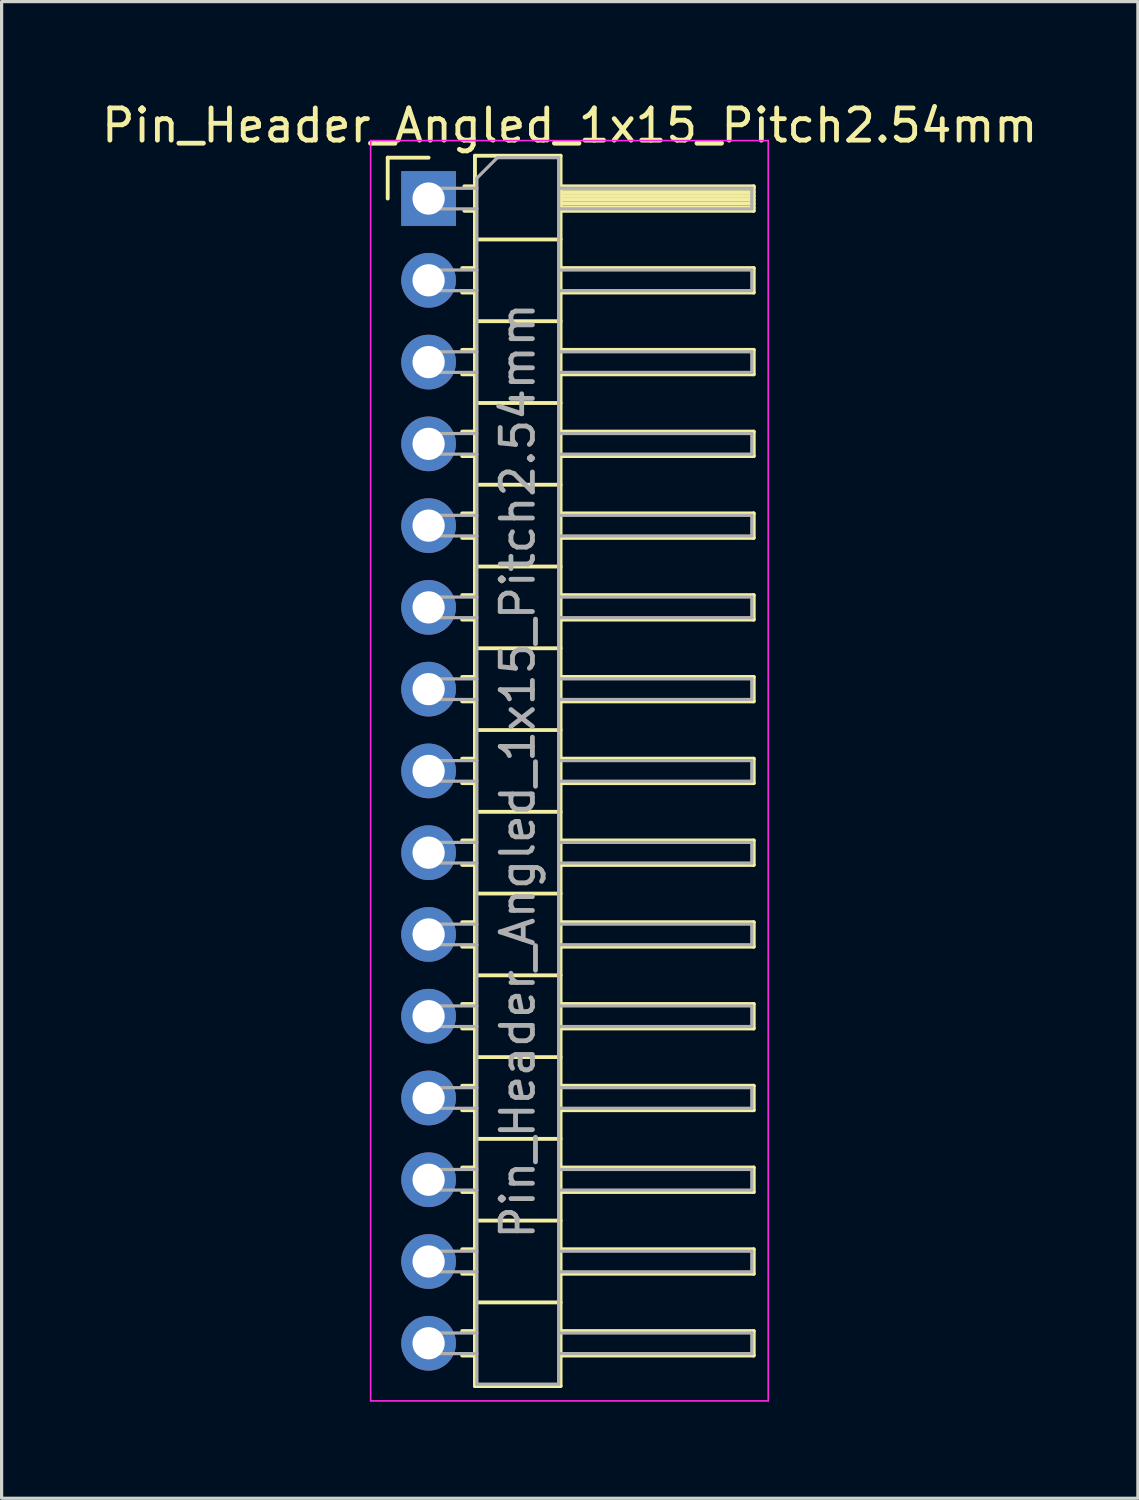
<source format=kicad_pcb>
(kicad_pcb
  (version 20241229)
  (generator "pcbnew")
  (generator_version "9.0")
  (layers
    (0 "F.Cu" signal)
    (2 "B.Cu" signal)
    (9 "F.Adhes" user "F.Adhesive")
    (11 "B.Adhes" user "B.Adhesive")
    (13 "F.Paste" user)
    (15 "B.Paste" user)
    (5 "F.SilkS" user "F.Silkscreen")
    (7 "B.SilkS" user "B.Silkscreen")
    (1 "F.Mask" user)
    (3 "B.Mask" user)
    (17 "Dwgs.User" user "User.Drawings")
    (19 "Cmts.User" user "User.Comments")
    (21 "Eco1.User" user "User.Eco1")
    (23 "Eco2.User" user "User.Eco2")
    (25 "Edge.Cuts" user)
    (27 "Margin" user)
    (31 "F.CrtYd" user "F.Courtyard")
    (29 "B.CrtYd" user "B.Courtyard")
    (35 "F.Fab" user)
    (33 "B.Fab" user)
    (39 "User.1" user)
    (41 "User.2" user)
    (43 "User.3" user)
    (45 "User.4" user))
  (footprint "Pin_Header_Angled_1x15_Pitch2.54mm"
    (layer "F.Cu")
    (at 10.264 3.118)
    (property "Reference" "Pin_Header_Angled_1x15_Pitch2.54mm" (at 4.385 -2.27 0) (layer "F.SilkS") (effects (font (size 1 1) (thickness 0.15))))
    (attr through_hole)
    (fp_line (start -1.27 -1.27) (end 0 -1.27) (stroke (width 0.12) (type solid)) (layer "F.SilkS"))
    (fp_line (start -1.27 0) (end -1.27 -1.27) (stroke (width 0.12) (type solid)) (layer "F.SilkS"))
    (fp_line (start 1.043 2.16) (end 1.44 2.16) (stroke (width 0.12) (type solid)) (layer "F.SilkS"))
    (fp_line (start 1.043 2.92) (end 1.44 2.92) (stroke (width 0.12) (type solid)) (layer "F.SilkS"))
    (fp_line (start 1.043 4.7) (end 1.44 4.7) (stroke (width 0.12) (type solid)) (layer "F.SilkS"))
    (fp_line (start 1.043 5.46) (end 1.44 5.46) (stroke (width 0.12) (type solid)) (layer "F.SilkS"))
    (fp_line (start 1.043 7.24) (end 1.44 7.24) (stroke (width 0.12) (type solid)) (layer "F.SilkS"))
    (fp_line (start 1.043 8) (end 1.44 8) (stroke (width 0.12) (type solid)) (layer "F.SilkS"))
    (fp_line (start 1.043 9.78) (end 1.44 9.78) (stroke (width 0.12) (type solid)) (layer "F.SilkS"))
    (fp_line (start 1.043 10.54) (end 1.44 10.54) (stroke (width 0.12) (type solid)) (layer "F.SilkS"))
    (fp_line (start 1.043 12.32) (end 1.44 12.32) (stroke (width 0.12) (type solid)) (layer "F.SilkS"))
    (fp_line (start 1.043 13.08) (end 1.44 13.08) (stroke (width 0.12) (type solid)) (layer "F.SilkS"))
    (fp_line (start 1.043 14.86) (end 1.44 14.86) (stroke (width 0.12) (type solid)) (layer "F.SilkS"))
    (fp_line (start 1.043 15.62) (end 1.44 15.62) (stroke (width 0.12) (type solid)) (layer "F.SilkS"))
    (fp_line (start 1.043 17.4) (end 1.44 17.4) (stroke (width 0.12) (type solid)) (layer "F.SilkS"))
    (fp_line (start 1.043 18.16) (end 1.44 18.16) (stroke (width 0.12) (type solid)) (layer "F.SilkS"))
    (fp_line (start 1.043 19.94) (end 1.44 19.94) (stroke (width 0.12) (type solid)) (layer "F.SilkS"))
    (fp_line (start 1.043 20.7) (end 1.44 20.7) (stroke (width 0.12) (type solid)) (layer "F.SilkS"))
    (fp_line (start 1.043 22.48) (end 1.44 22.48) (stroke (width 0.12) (type solid)) (layer "F.SilkS"))
    (fp_line (start 1.043 23.24) (end 1.44 23.24) (stroke (width 0.12) (type solid)) (layer "F.SilkS"))
    (fp_line (start 1.043 25.02) (end 1.44 25.02) (stroke (width 0.12) (type solid)) (layer "F.SilkS"))
    (fp_line (start 1.043 25.78) (end 1.44 25.78) (stroke (width 0.12) (type solid)) (layer "F.SilkS"))
    (fp_line (start 1.043 27.56) (end 1.44 27.56) (stroke (width 0.12) (type solid)) (layer "F.SilkS"))
    (fp_line (start 1.043 28.32) (end 1.44 28.32) (stroke (width 0.12) (type solid)) (layer "F.SilkS"))
    (fp_line (start 1.043 30.1) (end 1.44 30.1) (stroke (width 0.12) (type solid)) (layer "F.SilkS"))
    (fp_line (start 1.043 30.86) (end 1.44 30.86) (stroke (width 0.12) (type solid)) (layer "F.SilkS"))
    (fp_line (start 1.043 32.64) (end 1.44 32.64) (stroke (width 0.12) (type solid)) (layer "F.SilkS"))
    (fp_line (start 1.043 33.4) (end 1.44 33.4) (stroke (width 0.12) (type solid)) (layer "F.SilkS"))
    (fp_line (start 1.043 35.18) (end 1.44 35.18) (stroke (width 0.12) (type solid)) (layer "F.SilkS"))
    (fp_line (start 1.043 35.94) (end 1.44 35.94) (stroke (width 0.12) (type solid)) (layer "F.SilkS"))
    (fp_line (start 1.11 -0.38) (end 1.44 -0.38) (stroke (width 0.12) (type solid)) (layer "F.SilkS"))
    (fp_line (start 1.11 0.38) (end 1.44 0.38) (stroke (width 0.12) (type solid)) (layer "F.SilkS"))
    (fp_line (start 1.44 -1.33) (end 1.44 36.89) (stroke (width 0.12) (type solid)) (layer "F.SilkS"))
    (fp_line (start 1.44 1.27) (end 4.1 1.27) (stroke (width 0.12) (type solid)) (layer "F.SilkS"))
    (fp_line (start 1.44 3.81) (end 4.1 3.81) (stroke (width 0.12) (type solid)) (layer "F.SilkS"))
    (fp_line (start 1.44 6.35) (end 4.1 6.35) (stroke (width 0.12) (type solid)) (layer "F.SilkS"))
    (fp_line (start 1.44 8.89) (end 4.1 8.89) (stroke (width 0.12) (type solid)) (layer "F.SilkS"))
    (fp_line (start 1.44 11.43) (end 4.1 11.43) (stroke (width 0.12) (type solid)) (layer "F.SilkS"))
    (fp_line (start 1.44 13.97) (end 4.1 13.97) (stroke (width 0.12) (type solid)) (layer "F.SilkS"))
    (fp_line (start 1.44 16.51) (end 4.1 16.51) (stroke (width 0.12) (type solid)) (layer "F.SilkS"))
    (fp_line (start 1.44 19.05) (end 4.1 19.05) (stroke (width 0.12) (type solid)) (layer "F.SilkS"))
    (fp_line (start 1.44 21.59) (end 4.1 21.59) (stroke (width 0.12) (type solid)) (layer "F.SilkS"))
    (fp_line (start 1.44 24.13) (end 4.1 24.13) (stroke (width 0.12) (type solid)) (layer "F.SilkS"))
    (fp_line (start 1.44 26.67) (end 4.1 26.67) (stroke (width 0.12) (type solid)) (layer "F.SilkS"))
    (fp_line (start 1.44 29.21) (end 4.1 29.21) (stroke (width 0.12) (type solid)) (layer "F.SilkS"))
    (fp_line (start 1.44 31.75) (end 4.1 31.75) (stroke (width 0.12) (type solid)) (layer "F.SilkS"))
    (fp_line (start 1.44 34.29) (end 4.1 34.29) (stroke (width 0.12) (type solid)) (layer "F.SilkS"))
    (fp_line (start 1.44 36.89) (end 4.1 36.89) (stroke (width 0.12) (type solid)) (layer "F.SilkS"))
    (fp_line (start 4.1 -1.33) (end 1.44 -1.33) (stroke (width 0.12) (type solid)) (layer "F.SilkS"))
    (fp_line (start 4.1 -0.38) (end 10.1 -0.38) (stroke (width 0.12) (type solid)) (layer "F.SilkS"))
    (fp_line (start 4.1 -0.32) (end 10.1 -0.32) (stroke (width 0.12) (type solid)) (layer "F.SilkS"))
    (fp_line (start 4.1 -0.2) (end 10.1 -0.2) (stroke (width 0.12) (type solid)) (layer "F.SilkS"))
    (fp_line (start 4.1 -0.08) (end 10.1 -0.08) (stroke (width 0.12) (type solid)) (layer "F.SilkS"))
    (fp_line (start 4.1 0.04) (end 10.1 0.04) (stroke (width 0.12) (type solid)) (layer "F.SilkS"))
    (fp_line (start 4.1 0.16) (end 10.1 0.16) (stroke (width 0.12) (type solid)) (layer "F.SilkS"))
    (fp_line (start 4.1 0.28) (end 10.1 0.28) (stroke (width 0.12) (type solid)) (layer "F.SilkS"))
    (fp_line (start 4.1 2.16) (end 10.1 2.16) (stroke (width 0.12) (type solid)) (layer "F.SilkS"))
    (fp_line (start 4.1 4.7) (end 10.1 4.7) (stroke (width 0.12) (type solid)) (layer "F.SilkS"))
    (fp_line (start 4.1 7.24) (end 10.1 7.24) (stroke (width 0.12) (type solid)) (layer "F.SilkS"))
    (fp_line (start 4.1 9.78) (end 10.1 9.78) (stroke (width 0.12) (type solid)) (layer "F.SilkS"))
    (fp_line (start 4.1 12.32) (end 10.1 12.32) (stroke (width 0.12) (type solid)) (layer "F.SilkS"))
    (fp_line (start 4.1 14.86) (end 10.1 14.86) (stroke (width 0.12) (type solid)) (layer "F.SilkS"))
    (fp_line (start 4.1 17.4) (end 10.1 17.4) (stroke (width 0.12) (type solid)) (layer "F.SilkS"))
    (fp_line (start 4.1 19.94) (end 10.1 19.94) (stroke (width 0.12) (type solid)) (layer "F.SilkS"))
    (fp_line (start 4.1 22.48) (end 10.1 22.48) (stroke (width 0.12) (type solid)) (layer "F.SilkS"))
    (fp_line (start 4.1 25.02) (end 10.1 25.02) (stroke (width 0.12) (type solid)) (layer "F.SilkS"))
    (fp_line (start 4.1 27.56) (end 10.1 27.56) (stroke (width 0.12) (type solid)) (layer "F.SilkS"))
    (fp_line (start 4.1 30.1) (end 10.1 30.1) (stroke (width 0.12) (type solid)) (layer "F.SilkS"))
    (fp_line (start 4.1 32.64) (end 10.1 32.64) (stroke (width 0.12) (type solid)) (layer "F.SilkS"))
    (fp_line (start 4.1 35.18) (end 10.1 35.18) (stroke (width 0.12) (type solid)) (layer "F.SilkS"))
    (fp_line (start 4.1 36.89) (end 4.1 -1.33) (stroke (width 0.12) (type solid)) (layer "F.SilkS"))
    (fp_line (start 10.1 -0.38) (end 10.1 0.38) (stroke (width 0.12) (type solid)) (layer "F.SilkS"))
    (fp_line (start 10.1 0.38) (end 4.1 0.38) (stroke (width 0.12) (type solid)) (layer "F.SilkS"))
    (fp_line (start 10.1 2.16) (end 10.1 2.92) (stroke (width 0.12) (type solid)) (layer "F.SilkS"))
    (fp_line (start 10.1 2.92) (end 4.1 2.92) (stroke (width 0.12) (type solid)) (layer "F.SilkS"))
    (fp_line (start 10.1 4.7) (end 10.1 5.46) (stroke (width 0.12) (type solid)) (layer "F.SilkS"))
    (fp_line (start 10.1 5.46) (end 4.1 5.46) (stroke (width 0.12) (type solid)) (layer "F.SilkS"))
    (fp_line (start 10.1 7.24) (end 10.1 8) (stroke (width 0.12) (type solid)) (layer "F.SilkS"))
    (fp_line (start 10.1 8) (end 4.1 8) (stroke (width 0.12) (type solid)) (layer "F.SilkS"))
    (fp_line (start 10.1 9.78) (end 10.1 10.54) (stroke (width 0.12) (type solid)) (layer "F.SilkS"))
    (fp_line (start 10.1 10.54) (end 4.1 10.54) (stroke (width 0.12) (type solid)) (layer "F.SilkS"))
    (fp_line (start 10.1 12.32) (end 10.1 13.08) (stroke (width 0.12) (type solid)) (layer "F.SilkS"))
    (fp_line (start 10.1 13.08) (end 4.1 13.08) (stroke (width 0.12) (type solid)) (layer "F.SilkS"))
    (fp_line (start 10.1 14.86) (end 10.1 15.62) (stroke (width 0.12) (type solid)) (layer "F.SilkS"))
    (fp_line (start 10.1 15.62) (end 4.1 15.62) (stroke (width 0.12) (type solid)) (layer "F.SilkS"))
    (fp_line (start 10.1 17.4) (end 10.1 18.16) (stroke (width 0.12) (type solid)) (layer "F.SilkS"))
    (fp_line (start 10.1 18.16) (end 4.1 18.16) (stroke (width 0.12) (type solid)) (layer "F.SilkS"))
    (fp_line (start 10.1 19.94) (end 10.1 20.7) (stroke (width 0.12) (type solid)) (layer "F.SilkS"))
    (fp_line (start 10.1 20.7) (end 4.1 20.7) (stroke (width 0.12) (type solid)) (layer "F.SilkS"))
    (fp_line (start 10.1 22.48) (end 10.1 23.24) (stroke (width 0.12) (type solid)) (layer "F.SilkS"))
    (fp_line (start 10.1 23.24) (end 4.1 23.24) (stroke (width 0.12) (type solid)) (layer "F.SilkS"))
    (fp_line (start 10.1 25.02) (end 10.1 25.78) (stroke (width 0.12) (type solid)) (layer "F.SilkS"))
    (fp_line (start 10.1 25.78) (end 4.1 25.78) (stroke (width 0.12) (type solid)) (layer "F.SilkS"))
    (fp_line (start 10.1 27.56) (end 10.1 28.32) (stroke (width 0.12) (type solid)) (layer "F.SilkS"))
    (fp_line (start 10.1 28.32) (end 4.1 28.32) (stroke (width 0.12) (type solid)) (layer "F.SilkS"))
    (fp_line (start 10.1 30.1) (end 10.1 30.86) (stroke (width 0.12) (type solid)) (layer "F.SilkS"))
    (fp_line (start 10.1 30.86) (end 4.1 30.86) (stroke (width 0.12) (type solid)) (layer "F.SilkS"))
    (fp_line (start 10.1 32.64) (end 10.1 33.4) (stroke (width 0.12) (type solid)) (layer "F.SilkS"))
    (fp_line (start 10.1 33.4) (end 4.1 33.4) (stroke (width 0.12) (type solid)) (layer "F.SilkS"))
    (fp_line (start 10.1 35.18) (end 10.1 35.94) (stroke (width 0.12) (type solid)) (layer "F.SilkS"))
    (fp_line (start 10.1 35.94) (end 4.1 35.94) (stroke (width 0.12) (type solid)) (layer "F.SilkS"))
    (fp_line (start -1.8 -1.8) (end -1.8 37.35) (stroke (width 0.05) (type solid)) (layer "F.CrtYd"))
    (fp_line (start -1.8 37.35) (end 10.55 37.35) (stroke (width 0.05) (type solid)) (layer "F.CrtYd"))
    (fp_line (start 10.55 -1.8) (end -1.8 -1.8) (stroke (width 0.05) (type solid)) (layer "F.CrtYd"))
    (fp_line (start 10.55 37.35) (end 10.55 -1.8) (stroke (width 0.05) (type solid)) (layer "F.CrtYd"))
    (fp_line (start -0.32 -0.32) (end -0.32 0.32) (stroke (width 0.1) (type solid)) (layer "F.Fab"))
    (fp_line (start -0.32 -0.32) (end 1.5 -0.32) (stroke (width 0.1) (type solid)) (layer "F.Fab"))
    (fp_line (start -0.32 0.32) (end 1.5 0.32) (stroke (width 0.1) (type solid)) (layer "F.Fab"))
    (fp_line (start -0.32 2.22) (end -0.32 2.86) (stroke (width 0.1) (type solid)) (layer "F.Fab"))
    (fp_line (start -0.32 2.22) (end 1.5 2.22) (stroke (width 0.1) (type solid)) (layer "F.Fab"))
    (fp_line (start -0.32 2.86) (end 1.5 2.86) (stroke (width 0.1) (type solid)) (layer "F.Fab"))
    (fp_line (start -0.32 4.76) (end -0.32 5.4) (stroke (width 0.1) (type solid)) (layer "F.Fab"))
    (fp_line (start -0.32 4.76) (end 1.5 4.76) (stroke (width 0.1) (type solid)) (layer "F.Fab"))
    (fp_line (start -0.32 5.4) (end 1.5 5.4) (stroke (width 0.1) (type solid)) (layer "F.Fab"))
    (fp_line (start -0.32 7.3) (end -0.32 7.94) (stroke (width 0.1) (type solid)) (layer "F.Fab"))
    (fp_line (start -0.32 7.3) (end 1.5 7.3) (stroke (width 0.1) (type solid)) (layer "F.Fab"))
    (fp_line (start -0.32 7.94) (end 1.5 7.94) (stroke (width 0.1) (type solid)) (layer "F.Fab"))
    (fp_line (start -0.32 9.84) (end -0.32 10.48) (stroke (width 0.1) (type solid)) (layer "F.Fab"))
    (fp_line (start -0.32 9.84) (end 1.5 9.84) (stroke (width 0.1) (type solid)) (layer "F.Fab"))
    (fp_line (start -0.32 10.48) (end 1.5 10.48) (stroke (width 0.1) (type solid)) (layer "F.Fab"))
    (fp_line (start -0.32 12.38) (end -0.32 13.02) (stroke (width 0.1) (type solid)) (layer "F.Fab"))
    (fp_line (start -0.32 12.38) (end 1.5 12.38) (stroke (width 0.1) (type solid)) (layer "F.Fab"))
    (fp_line (start -0.32 13.02) (end 1.5 13.02) (stroke (width 0.1) (type solid)) (layer "F.Fab"))
    (fp_line (start -0.32 14.92) (end -0.32 15.56) (stroke (width 0.1) (type solid)) (layer "F.Fab"))
    (fp_line (start -0.32 14.92) (end 1.5 14.92) (stroke (width 0.1) (type solid)) (layer "F.Fab"))
    (fp_line (start -0.32 15.56) (end 1.5 15.56) (stroke (width 0.1) (type solid)) (layer "F.Fab"))
    (fp_line (start -0.32 17.46) (end -0.32 18.1) (stroke (width 0.1) (type solid)) (layer "F.Fab"))
    (fp_line (start -0.32 17.46) (end 1.5 17.46) (stroke (width 0.1) (type solid)) (layer "F.Fab"))
    (fp_line (start -0.32 18.1) (end 1.5 18.1) (stroke (width 0.1) (type solid)) (layer "F.Fab"))
    (fp_line (start -0.32 20) (end -0.32 20.64) (stroke (width 0.1) (type solid)) (layer "F.Fab"))
    (fp_line (start -0.32 20) (end 1.5 20) (stroke (width 0.1) (type solid)) (layer "F.Fab"))
    (fp_line (start -0.32 20.64) (end 1.5 20.64) (stroke (width 0.1) (type solid)) (layer "F.Fab"))
    (fp_line (start -0.32 22.54) (end -0.32 23.18) (stroke (width 0.1) (type solid)) (layer "F.Fab"))
    (fp_line (start -0.32 22.54) (end 1.5 22.54) (stroke (width 0.1) (type solid)) (layer "F.Fab"))
    (fp_line (start -0.32 23.18) (end 1.5 23.18) (stroke (width 0.1) (type solid)) (layer "F.Fab"))
    (fp_line (start -0.32 25.08) (end -0.32 25.72) (stroke (width 0.1) (type solid)) (layer "F.Fab"))
    (fp_line (start -0.32 25.08) (end 1.5 25.08) (stroke (width 0.1) (type solid)) (layer "F.Fab"))
    (fp_line (start -0.32 25.72) (end 1.5 25.72) (stroke (width 0.1) (type solid)) (layer "F.Fab"))
    (fp_line (start -0.32 27.62) (end -0.32 28.26) (stroke (width 0.1) (type solid)) (layer "F.Fab"))
    (fp_line (start -0.32 27.62) (end 1.5 27.62) (stroke (width 0.1) (type solid)) (layer "F.Fab"))
    (fp_line (start -0.32 28.26) (end 1.5 28.26) (stroke (width 0.1) (type solid)) (layer "F.Fab"))
    (fp_line (start -0.32 30.16) (end -0.32 30.8) (stroke (width 0.1) (type solid)) (layer "F.Fab"))
    (fp_line (start -0.32 30.16) (end 1.5 30.16) (stroke (width 0.1) (type solid)) (layer "F.Fab"))
    (fp_line (start -0.32 30.8) (end 1.5 30.8) (stroke (width 0.1) (type solid)) (layer "F.Fab"))
    (fp_line (start -0.32 32.7) (end -0.32 33.34) (stroke (width 0.1) (type solid)) (layer "F.Fab"))
    (fp_line (start -0.32 32.7) (end 1.5 32.7) (stroke (width 0.1) (type solid)) (layer "F.Fab"))
    (fp_line (start -0.32 33.34) (end 1.5 33.34) (stroke (width 0.1) (type solid)) (layer "F.Fab"))
    (fp_line (start -0.32 35.24) (end -0.32 35.88) (stroke (width 0.1) (type solid)) (layer "F.Fab"))
    (fp_line (start -0.32 35.24) (end 1.5 35.24) (stroke (width 0.1) (type solid)) (layer "F.Fab"))
    (fp_line (start -0.32 35.88) (end 1.5 35.88) (stroke (width 0.1) (type solid)) (layer "F.Fab"))
    (fp_line (start 1.5 -0.635) (end 2.135 -1.27) (stroke (width 0.1) (type solid)) (layer "F.Fab"))
    (fp_line (start 1.5 36.83) (end 1.5 -0.635) (stroke (width 0.1) (type solid)) (layer "F.Fab"))
    (fp_line (start 2.135 -1.27) (end 4.04 -1.27) (stroke (width 0.1) (type solid)) (layer "F.Fab"))
    (fp_line (start 4.04 -1.27) (end 4.04 36.83) (stroke (width 0.1) (type solid)) (layer "F.Fab"))
    (fp_line (start 4.04 -0.32) (end 10.04 -0.32) (stroke (width 0.1) (type solid)) (layer "F.Fab"))
    (fp_line (start 4.04 0.32) (end 10.04 0.32) (stroke (width 0.1) (type solid)) (layer "F.Fab"))
    (fp_line (start 4.04 2.22) (end 10.04 2.22) (stroke (width 0.1) (type solid)) (layer "F.Fab"))
    (fp_line (start 4.04 2.86) (end 10.04 2.86) (stroke (width 0.1) (type solid)) (layer "F.Fab"))
    (fp_line (start 4.04 4.76) (end 10.04 4.76) (stroke (width 0.1) (type solid)) (layer "F.Fab"))
    (fp_line (start 4.04 5.4) (end 10.04 5.4) (stroke (width 0.1) (type solid)) (layer "F.Fab"))
    (fp_line (start 4.04 7.3) (end 10.04 7.3) (stroke (width 0.1) (type solid)) (layer "F.Fab"))
    (fp_line (start 4.04 7.94) (end 10.04 7.94) (stroke (width 0.1) (type solid)) (layer "F.Fab"))
    (fp_line (start 4.04 9.84) (end 10.04 9.84) (stroke (width 0.1) (type solid)) (layer "F.Fab"))
    (fp_line (start 4.04 10.48) (end 10.04 10.48) (stroke (width 0.1) (type solid)) (layer "F.Fab"))
    (fp_line (start 4.04 12.38) (end 10.04 12.38) (stroke (width 0.1) (type solid)) (layer "F.Fab"))
    (fp_line (start 4.04 13.02) (end 10.04 13.02) (stroke (width 0.1) (type solid)) (layer "F.Fab"))
    (fp_line (start 4.04 14.92) (end 10.04 14.92) (stroke (width 0.1) (type solid)) (layer "F.Fab"))
    (fp_line (start 4.04 15.56) (end 10.04 15.56) (stroke (width 0.1) (type solid)) (layer "F.Fab"))
    (fp_line (start 4.04 17.46) (end 10.04 17.46) (stroke (width 0.1) (type solid)) (layer "F.Fab"))
    (fp_line (start 4.04 18.1) (end 10.04 18.1) (stroke (width 0.1) (type solid)) (layer "F.Fab"))
    (fp_line (start 4.04 20) (end 10.04 20) (stroke (width 0.1) (type solid)) (layer "F.Fab"))
    (fp_line (start 4.04 20.64) (end 10.04 20.64) (stroke (width 0.1) (type solid)) (layer "F.Fab"))
    (fp_line (start 4.04 22.54) (end 10.04 22.54) (stroke (width 0.1) (type solid)) (layer "F.Fab"))
    (fp_line (start 4.04 23.18) (end 10.04 23.18) (stroke (width 0.1) (type solid)) (layer "F.Fab"))
    (fp_line (start 4.04 25.08) (end 10.04 25.08) (stroke (width 0.1) (type solid)) (layer "F.Fab"))
    (fp_line (start 4.04 25.72) (end 10.04 25.72) (stroke (width 0.1) (type solid)) (layer "F.Fab"))
    (fp_line (start 4.04 27.62) (end 10.04 27.62) (stroke (width 0.1) (type solid)) (layer "F.Fab"))
    (fp_line (start 4.04 28.26) (end 10.04 28.26) (stroke (width 0.1) (type solid)) (layer "F.Fab"))
    (fp_line (start 4.04 30.16) (end 10.04 30.16) (stroke (width 0.1) (type solid)) (layer "F.Fab"))
    (fp_line (start 4.04 30.8) (end 10.04 30.8) (stroke (width 0.1) (type solid)) (layer "F.Fab"))
    (fp_line (start 4.04 32.7) (end 10.04 32.7) (stroke (width 0.1) (type solid)) (layer "F.Fab"))
    (fp_line (start 4.04 33.34) (end 10.04 33.34) (stroke (width 0.1) (type solid)) (layer "F.Fab"))
    (fp_line (start 4.04 35.24) (end 10.04 35.24) (stroke (width 0.1) (type solid)) (layer "F.Fab"))
    (fp_line (start 4.04 35.88) (end 10.04 35.88) (stroke (width 0.1) (type solid)) (layer "F.Fab"))
    (fp_line (start 4.04 36.83) (end 1.5 36.83) (stroke (width 0.1) (type solid)) (layer "F.Fab"))
    (fp_line (start 10.04 -0.32) (end 10.04 0.32) (stroke (width 0.1) (type solid)) (layer "F.Fab"))
    (fp_line (start 10.04 2.22) (end 10.04 2.86) (stroke (width 0.1) (type solid)) (layer "F.Fab"))
    (fp_line (start 10.04 4.76) (end 10.04 5.4) (stroke (width 0.1) (type solid)) (layer "F.Fab"))
    (fp_line (start 10.04 7.3) (end 10.04 7.94) (stroke (width 0.1) (type solid)) (layer "F.Fab"))
    (fp_line (start 10.04 9.84) (end 10.04 10.48) (stroke (width 0.1) (type solid)) (layer "F.Fab"))
    (fp_line (start 10.04 12.38) (end 10.04 13.02) (stroke (width 0.1) (type solid)) (layer "F.Fab"))
    (fp_line (start 10.04 14.92) (end 10.04 15.56) (stroke (width 0.1) (type solid)) (layer "F.Fab"))
    (fp_line (start 10.04 17.46) (end 10.04 18.1) (stroke (width 0.1) (type solid)) (layer "F.Fab"))
    (fp_line (start 10.04 20) (end 10.04 20.64) (stroke (width 0.1) (type solid)) (layer "F.Fab"))
    (fp_line (start 10.04 22.54) (end 10.04 23.18) (stroke (width 0.1) (type solid)) (layer "F.Fab"))
    (fp_line (start 10.04 25.08) (end 10.04 25.72) (stroke (width 0.1) (type solid)) (layer "F.Fab"))
    (fp_line (start 10.04 27.62) (end 10.04 28.26) (stroke (width 0.1) (type solid)) (layer "F.Fab"))
    (fp_line (start 10.04 30.16) (end 10.04 30.8) (stroke (width 0.1) (type solid)) (layer "F.Fab"))
    (fp_line (start 10.04 32.7) (end 10.04 33.34) (stroke (width 0.1) (type solid)) (layer "F.Fab"))
    (fp_line (start 10.04 35.24) (end 10.04 35.88) (stroke (width 0.1) (type solid)) (layer "F.Fab"))
    (fp_text user "${REFERENCE}" (at 2.77 17.78 90) (layer "F.Fab") (effects (font (size 1 1) (thickness 0.15))))
    (pad "1" thru_hole rect (at 0 0) (size 1.7 1.7) (drill 1) (layers "*.Cu" "*.Mask"))
    (pad "2" thru_hole oval (at 0 2.54) (size 1.7 1.7) (drill 1) (layers "*.Cu" "*.Mask"))
    (pad "3" thru_hole oval (at 0 5.08) (size 1.7 1.7) (drill 1) (layers "*.Cu" "*.Mask"))
    (pad "4" thru_hole oval (at 0 7.62) (size 1.7 1.7) (drill 1) (layers "*.Cu" "*.Mask"))
    (pad "5" thru_hole oval (at 0 10.16) (size 1.7 1.7) (drill 1) (layers "*.Cu" "*.Mask"))
    (pad "6" thru_hole oval (at 0 12.7) (size 1.7 1.7) (drill 1) (layers "*.Cu" "*.Mask"))
    (pad "7" thru_hole oval (at 0 15.24) (size 1.7 1.7) (drill 1) (layers "*.Cu" "*.Mask"))
    (pad "8" thru_hole oval (at 0 17.78) (size 1.7 1.7) (drill 1) (layers "*.Cu" "*.Mask"))
    (pad "9" thru_hole oval (at 0 20.32) (size 1.7 1.7) (drill 1) (layers "*.Cu" "*.Mask"))
    (pad "10" thru_hole oval (at 0 22.86) (size 1.7 1.7) (drill 1) (layers "*.Cu" "*.Mask"))
    (pad "11" thru_hole oval (at 0 25.4) (size 1.7 1.7) (drill 1) (layers "*.Cu" "*.Mask"))
    (pad "12" thru_hole oval (at 0 27.94) (size 1.7 1.7) (drill 1) (layers "*.Cu" "*.Mask"))
    (pad "13" thru_hole oval (at 0 30.48) (size 1.7 1.7) (drill 1) (layers "*.Cu" "*.Mask"))
    (pad "14" thru_hole oval (at 0 33.02) (size 1.7 1.7) (drill 1) (layers "*.Cu" "*.Mask"))
    (pad "15" thru_hole oval (at 0 35.56) (size 1.7 1.7) (drill 1) (layers "*.Cu" "*.Mask")))
  (gr_rect
    (start -3 -3)
    (end 32.298 43.493)
    (stroke (width 0.1) (type default))
    (fill no)
    (layer "Edge.Cuts")))
</source>
